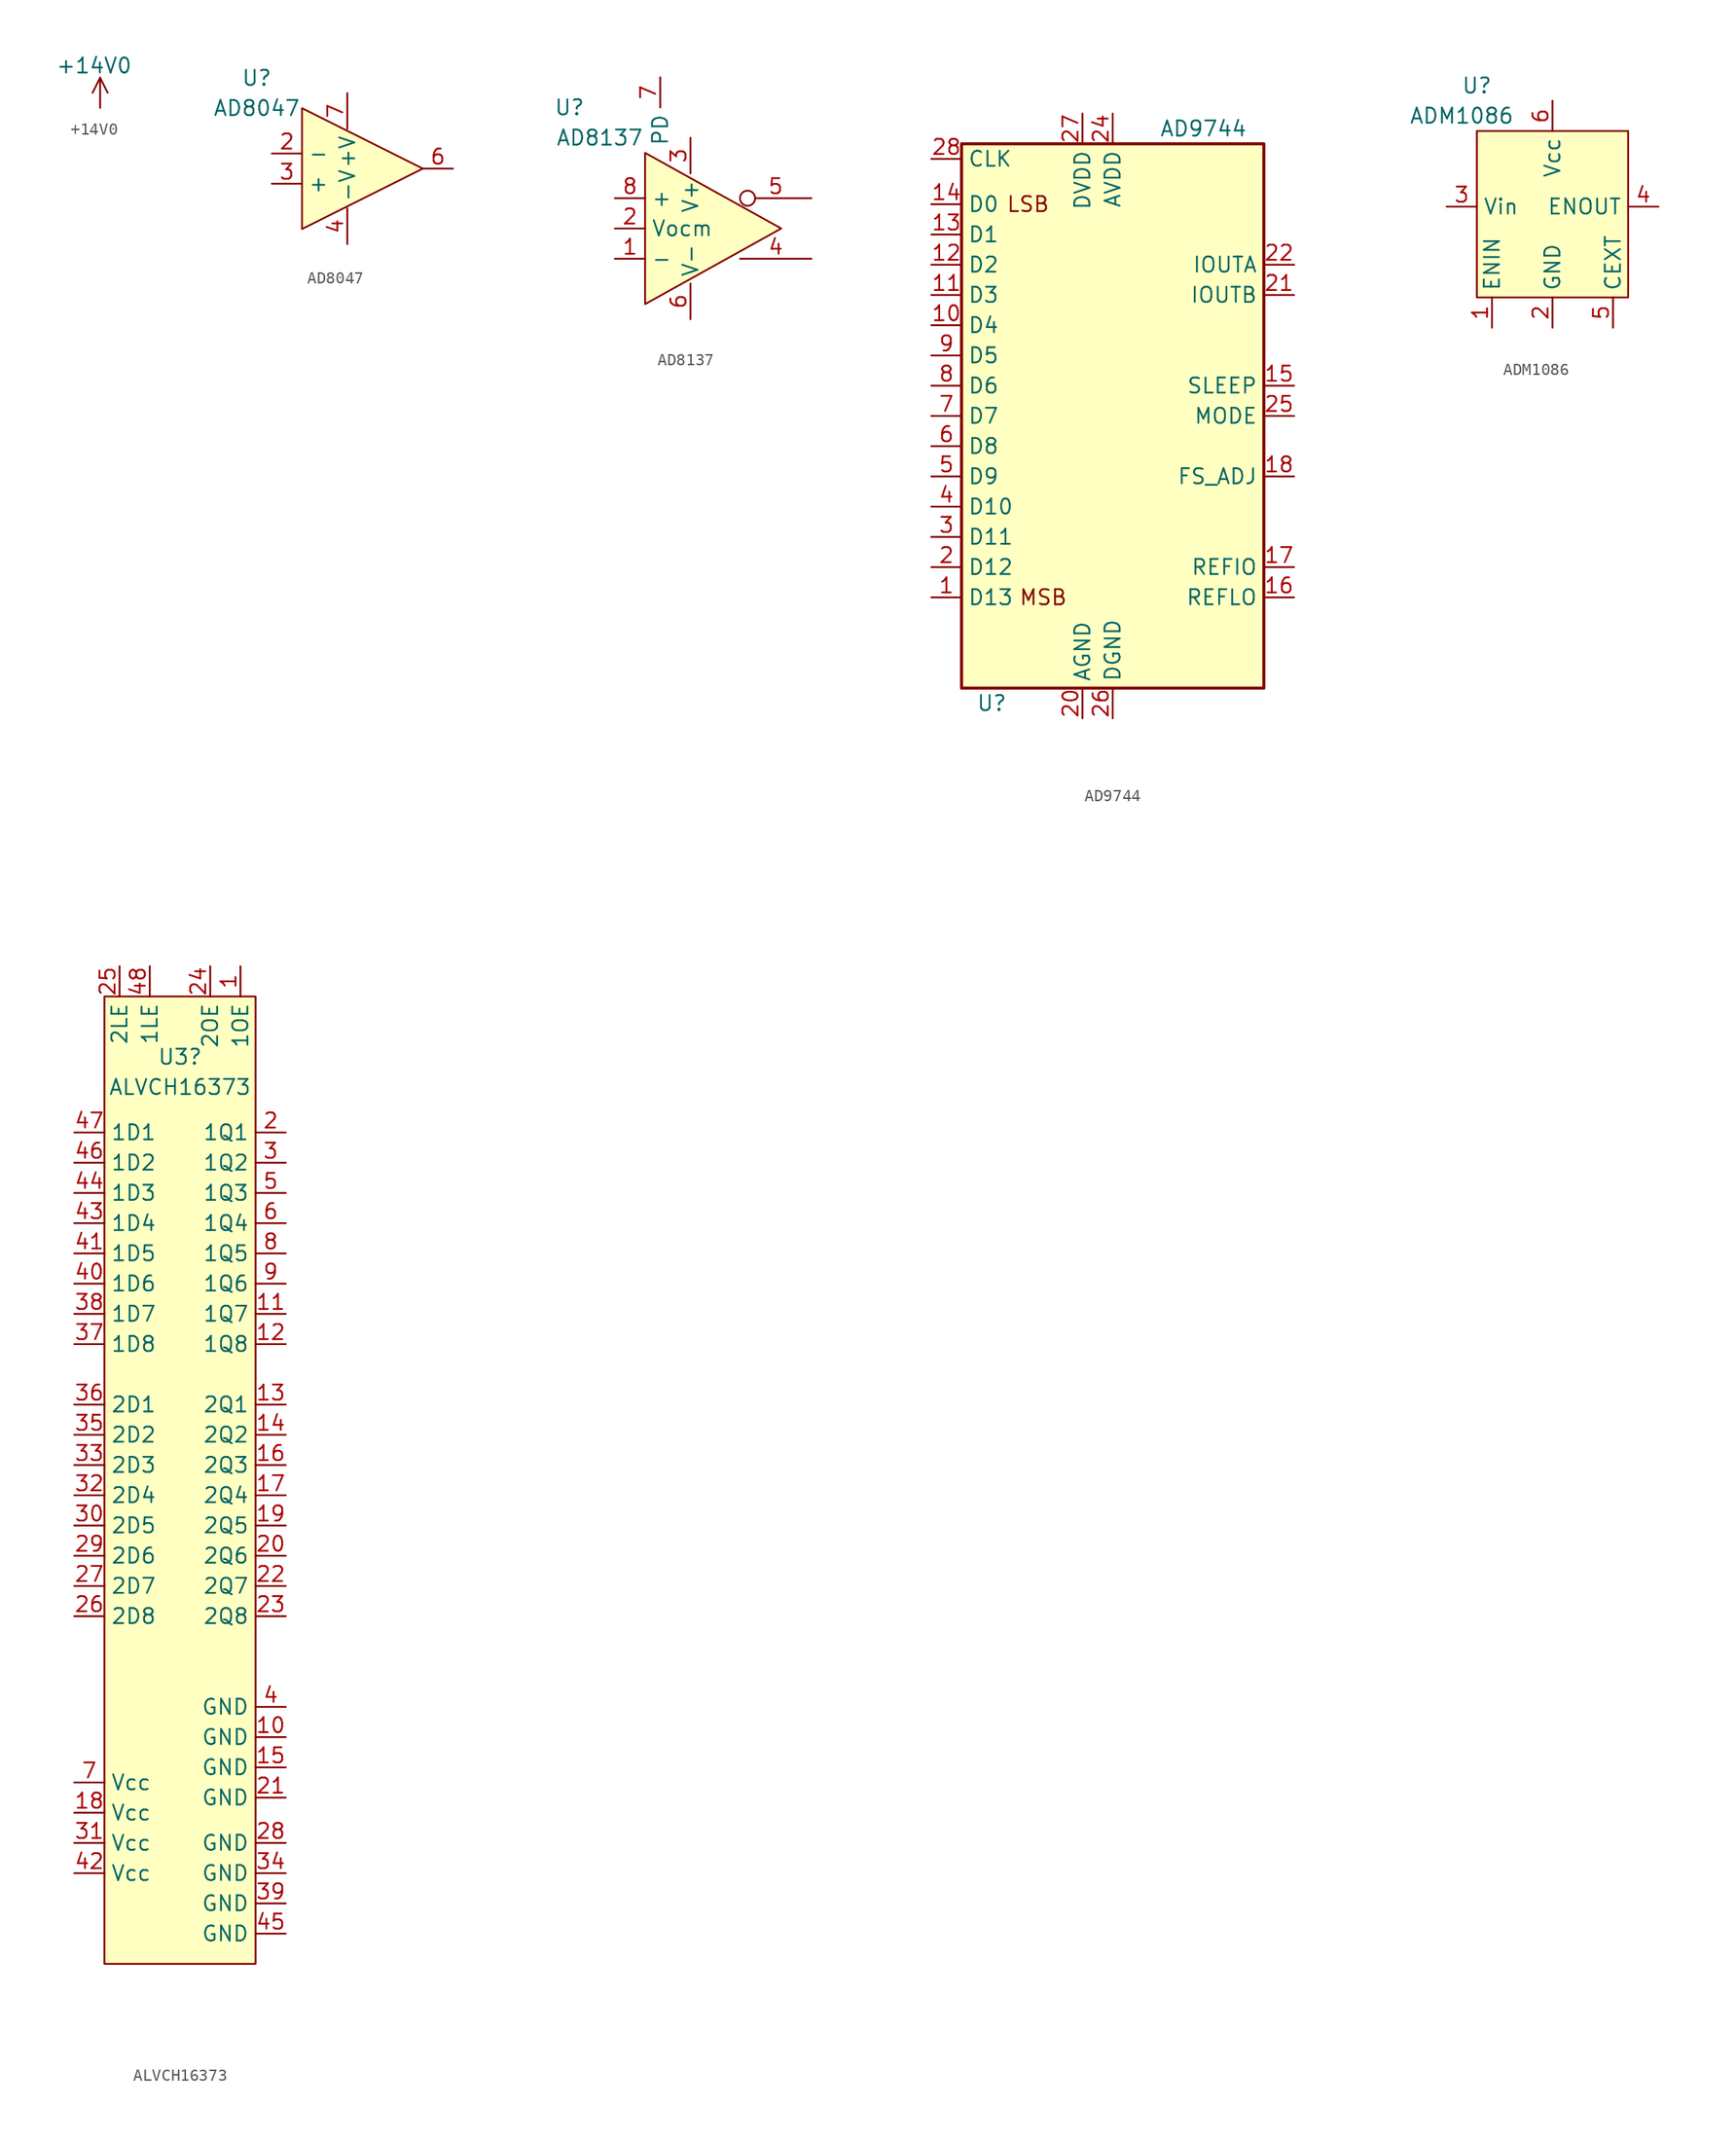
<source format=kicad_sym>
(kicad_symbol_lib
  (version 20220914)
  (generator kicad_symbol_editor)
  (symbol "+14V0"
    (power)
    (property "Reference" "#PWR"
      (at -0.254 -3.81 0)
      (effects (font (size 1.27 1.27)) hide))
    (property "Value" "+14V0"
      (at -0.508 3.556 0)
      (do_not_autoplace)
      (effects (font (size 1.27 1.27))))
    (symbol "+14V0_0_1"
      (polyline (pts (xy 0 2.54) (xy 0.635 1.27)) (stroke (width 0) (type default)) (fill (type none)))
      (polyline (pts (xy 0 0) (xy 0 2.54) (xy -0.635 1.27)) (stroke (width 0) (type default)) (fill (type none))))
    (symbol "+14V0_1_0"
      (pin power_in line (at 0 0 90) (length 2.54) hide (name "+14V0" (effects (font (size 1.27 1.27)))) (number "1" (effects (font (size 1.27 1.27)))))))
  (symbol "AD8047"
    (property "Reference" "U"
      (at -7.62 7.62 0)
      (effects (font (size 1.27 1.27))))
    (property "Value" "AD8047"
      (at -7.62 5.08 0)
      (effects (font (size 1.27 1.27))))
    (symbol "AD8047_1_0"
      (pin input line (at -6.35 1.27 0) (length 2.54) (name "-" (effects (font (size 1.27 1.27)))) (number "2" (effects (font (size 1.27 1.27)))))
      (pin input line (at -6.35 -1.27 0) (length 2.54) (name "+" (effects (font (size 1.27 1.27)))) (number "3" (effects (font (size 1.27 1.27)))))
      (pin power_in line (at 0 -6.35 90) (length 3) (name "-V" (effects (font (size 1.27 1.27)))) (number "4" (effects (font (size 1.27 1.27)))))
      (pin output line (at 8.89 0 180) (length 2.54) (name "" (effects (font (size 1.27 1.27)))) (number "6" (effects (font (size 1.27 1.27)))))
      (pin power_in line (at 0 6.35 270) (length 3) (name "+V" (effects (font (size 1.27 1.27)))) (number "7" (effects (font (size 1.27 1.27))))))
    (symbol "AD8047_1_1"
      (polyline (pts (xy -3.81 5.08) (xy -3.81 -5.08) (xy 6.35 0) (xy -3.81 5.08)) (stroke (width 0) (type default)) (fill (type background)))))
  (symbol "AD8137"
    (property "Reference" "U"
      (at -22.86 10.16 0)
      (effects (font (size 1.27 1.27))))
    (property "Value" "AD8137"
      (at -20.32 7.62 0)
      (effects (font (size 1.27 1.27))))
    (symbol "AD8137_1_0"
      (pin input line (at -19.05 -2.54 0) (length 2.54) (name "-" (effects (font (size 1.27 1.27)))) (number "1" (effects (font (size 1.27 1.27)))))
      (pin input line (at -19.05 0 0) (length 2.54) (name "Vocm" (effects (font (size 1.27 1.27)))) (number "2" (effects (font (size 1.27 1.27)))))
      (pin power_in line (at -12.7 7.62 270) (length 3) (name "V+" (effects (font (size 1.27 1.27)))) (number "3" (effects (font (size 1.27 1.27)))))
      (pin output line (at -2.54 -2.54 180) (length 6) (name "" (effects (font (size 1.27 1.27)))) (number "4" (effects (font (size 1.27 1.27)))))
      (pin output inverted (at -2.54 2.54 180) (length 6) (name "" (effects (font (size 1.27 1.27)))) (number "5" (effects (font (size 1.27 1.27)))))
      (pin power_in line (at -12.7 -7.62 90) (length 3) (name "V-" (effects (font (size 1.27 1.27)))) (number "6" (effects (font (size 1.27 1.27)))))
      (pin input line (at -15.24 12.7 270) (length 2.54) (name "PD" (effects (font (size 1.27 1.27)))) (number "7" (effects (font (size 1.27 1.27)))))
      (pin input line (at -19.05 2.54 0) (length 2.54) (name "+" (effects (font (size 1.27 1.27)))) (number "8" (effects (font (size 1.27 1.27))))))
    (symbol "AD8137_1_1"
      (polyline (pts (xy -16.51 6.35) (xy -16.51 -6.35) (xy -5.08 0) (xy -16.51 6.35)) (stroke (width 0) (type default)) (fill (type background)))))
  (symbol "AD9744"
    (property "Reference" "U"
      (at -10.16 -24.13 0)
      (effects (font (size 1.27 1.27))))
    (property "Value" "AD9744"
      (at 7.62 24.13 0)
      (effects (font (size 1.27 1.27))))
    (symbol "AD9744_0_1"
      (rectangle (start 12.7 22.86) (end -12.7 -22.86) (stroke (width 0.254) (type default)) (fill (type background))))
    (symbol "AD9744_1_1"
      (text "LSB" (at -7.112 17.78 0) (effects (font (size 1.27 1.27))))
      (text "MSB" (at -5.842 -15.24 0) (effects (font (size 1.27 1.27))))
      (pin input line (at -15.24 -15.24 0) (length 2.54) (name "D13" (effects (font (size 1.27 1.27)))) (number "1" (effects (font (size 1.27 1.27)))))
      (pin input line (at -15.24 7.62 0) (length 2.54) (name "D4" (effects (font (size 1.27 1.27)))) (number "10" (effects (font (size 1.27 1.27)))))
      (pin input line (at -15.24 10.16 0) (length 2.54) (name "D3" (effects (font (size 1.27 1.27)))) (number "11" (effects (font (size 1.27 1.27)))))
      (pin input line (at -15.24 12.7 0) (length 2.54) (name "D2" (effects (font (size 1.27 1.27)))) (number "12" (effects (font (size 1.27 1.27)))))
      (pin input line (at -15.24 15.24 0) (length 2.54) (name "D1" (effects (font (size 1.27 1.27)))) (number "13" (effects (font (size 1.27 1.27)))))
      (pin input line (at -15.24 17.78 0) (length 2.54) (name "D0" (effects (font (size 1.27 1.27)))) (number "14" (effects (font (size 1.27 1.27)))))
      (pin input line (at 15.24 2.54 180) (length 2.54) (name "SLEEP" (effects (font (size 1.27 1.27)))) (number "15" (effects (font (size 1.27 1.27)))))
      (pin input line (at 15.24 -15.24 180) (length 2.54) (name "REFLO" (effects (font (size 1.27 1.27)))) (number "16" (effects (font (size 1.27 1.27)))))
      (pin input line (at 15.24 -12.7 180) (length 2.54) (name "REFIO" (effects (font (size 1.27 1.27)))) (number "17" (effects (font (size 1.27 1.27)))))
      (pin input line (at 15.24 -5.08 180) (length 2.54) (name "FS_ADJ" (effects (font (size 1.27 1.27)))) (number "18" (effects (font (size 1.27 1.27)))))
      (pin input line (at -15.24 -12.7 0) (length 2.54) (name "D12" (effects (font (size 1.27 1.27)))) (number "2" (effects (font (size 1.27 1.27)))))
      (pin power_in line (at -2.54 -25.4 90) (length 2.54) (name "AGND" (effects (font (size 1.27 1.27)))) (number "20" (effects (font (size 1.27 1.27)))))
      (pin output line (at 15.24 10.16 180) (length 2.54) (name "IOUTB" (effects (font (size 1.27 1.27)))) (number "21" (effects (font (size 1.27 1.27)))))
      (pin output line (at 15.24 12.7 180) (length 2.54) (name "IOUTA" (effects (font (size 1.27 1.27)))) (number "22" (effects (font (size 1.27 1.27)))))
      (pin power_in line (at 0 25.4 270) (length 2.54) (name "AVDD" (effects (font (size 1.27 1.27)))) (number "24" (effects (font (size 1.27 1.27)))))
      (pin input line (at 15.24 0 180) (length 2.54) (name "MODE" (effects (font (size 1.27 1.27)))) (number "25" (effects (font (size 1.27 1.27)))))
      (pin power_in line (at 0 -25.4 90) (length 2.54) (name "DGND" (effects (font (size 1.27 1.27)))) (number "26" (effects (font (size 1.27 1.27)))))
      (pin power_in line (at -2.54 25.4 270) (length 2.54) (name "DVDD" (effects (font (size 1.27 1.27)))) (number "27" (effects (font (size 1.27 1.27)))))
      (pin input line (at -15.24 21.59 0) (length 2.54) (name "CLK" (effects (font (size 1.27 1.27)))) (number "28" (effects (font (size 1.27 1.27)))))
      (pin input line (at -15.24 -10.16 0) (length 2.54) (name "D11" (effects (font (size 1.27 1.27)))) (number "3" (effects (font (size 1.27 1.27)))))
      (pin input line (at -15.24 -7.62 0) (length 2.54) (name "D10" (effects (font (size 1.27 1.27)))) (number "4" (effects (font (size 1.27 1.27)))))
      (pin input line (at -15.24 -5.08 0) (length 2.54) (name "D9" (effects (font (size 1.27 1.27)))) (number "5" (effects (font (size 1.27 1.27)))))
      (pin input line (at -15.24 -2.54 0) (length 2.54) (name "D8" (effects (font (size 1.27 1.27)))) (number "6" (effects (font (size 1.27 1.27)))))
      (pin input line (at -15.24 0 0) (length 2.54) (name "D7" (effects (font (size 1.27 1.27)))) (number "7" (effects (font (size 1.27 1.27)))))
      (pin input line (at -15.24 2.54 0) (length 2.54) (name "D6" (effects (font (size 1.27 1.27)))) (number "8" (effects (font (size 1.27 1.27)))))
      (pin input line (at -15.24 5.08 0) (length 2.54) (name "D5" (effects (font (size 1.27 1.27)))) (number "9" (effects (font (size 1.27 1.27)))))))
  (symbol "ADM1086"
    (property "Reference" "U"
      (at -6.35 7.62 0)
      (effects (font (size 1.27 1.27))))
    (property "Value" "ADM1086"
      (at -7.62 5.08 0)
      (effects (font (size 1.27 1.27))))
    (symbol "ADM1086_0_0"
      (pin input line (at -5.08 -12.7 90) (length 2.54) (name "ENIN" (effects (font (size 1.27 1.27)))) (number "1" (effects (font (size 1.27 1.27)))))
      (pin power_in line (at 0 -12.7 90) (length 2.54) (name "GND" (effects (font (size 1.27 1.27)))) (number "2" (effects (font (size 1.27 1.27)))))
      (pin input line (at -8.89 -2.54 0) (length 2.54) (name "Vin" (effects (font (size 1.27 1.27)))) (number "3" (effects (font (size 1.27 1.27)))))
      (pin output line (at 8.89 -2.54 180) (length 2.54) (name "ENOUT" (effects (font (size 1.27 1.27)))) (number "4" (effects (font (size 1.27 1.27)))))
      (pin passive line (at 5.08 -12.7 90) (length 2.54) (name "CEXT" (effects (font (size 1.27 1.27)))) (number "5" (effects (font (size 1.27 1.27)))))
      (pin power_in line (at 0 6.35 270) (length 2.54) (name "Vcc" (effects (font (size 1.27 1.27)))) (number "6" (effects (font (size 1.27 1.27))))))
    (symbol "ADM1086_1_1"
      (rectangle (start -6.35 3.81) (end 6.35 -10.16) (stroke (width 0) (type default)) (fill (type background)))))
  (symbol "ALVCH16373"
    (property "Reference" "U3"
      (at 0 34.29 0)
      (effects (font (size 1.27 1.27))))
    (property "Value" "ALVCH16373"
      (at 0 31.75 0)
      (effects (font (size 1.27 1.27))))
    (symbol "ALVCH16373_0_0"
      (pin input line (at 5.08 41.91 270) (length 2.54) (name "1OE" (effects (font (size 1.27 1.27)))) (number "1" (effects (font (size 1.27 1.27)))))
      (pin power_in line (at 8.89 -22.86 180) (length 2.54) (name "GND" (effects (font (size 1.27 1.27)))) (number "10" (effects (font (size 1.27 1.27)))))
      (pin output line (at 8.89 12.7 180) (length 2.54) (name "1Q7" (effects (font (size 1.27 1.27)))) (number "11" (effects (font (size 1.27 1.27)))))
      (pin output line (at 8.89 10.16 180) (length 2.54) (name "1Q8" (effects (font (size 1.27 1.27)))) (number "12" (effects (font (size 1.27 1.27)))))
      (pin output line (at 8.89 5.08 180) (length 2.54) (name "2Q1" (effects (font (size 1.27 1.27)))) (number "13" (effects (font (size 1.27 1.27)))))
      (pin output line (at 8.89 2.54 180) (length 2.54) (name "2Q2" (effects (font (size 1.27 1.27)))) (number "14" (effects (font (size 1.27 1.27)))))
      (pin power_in line (at 8.89 -25.4 180) (length 2.54) (name "GND" (effects (font (size 1.27 1.27)))) (number "15" (effects (font (size 1.27 1.27)))))
      (pin output line (at 8.89 0 180) (length 2.54) (name "2Q3" (effects (font (size 1.27 1.27)))) (number "16" (effects (font (size 1.27 1.27)))))
      (pin output line (at 8.89 -2.54 180) (length 2.54) (name "2Q4" (effects (font (size 1.27 1.27)))) (number "17" (effects (font (size 1.27 1.27)))))
      (pin power_in line (at -8.89 -29.21 0) (length 2.54) (name "Vcc" (effects (font (size 1.27 1.27)))) (number "18" (effects (font (size 1.27 1.27)))))
      (pin output line (at 8.89 -5.08 180) (length 2.54) (name "2Q5" (effects (font (size 1.27 1.27)))) (number "19" (effects (font (size 1.27 1.27)))))
      (pin output line (at 8.89 27.94 180) (length 2.54) (name "1Q1" (effects (font (size 1.27 1.27)))) (number "2" (effects (font (size 1.27 1.27)))))
      (pin output line (at 8.89 -7.62 180) (length 2.54) (name "2Q6" (effects (font (size 1.27 1.27)))) (number "20" (effects (font (size 1.27 1.27)))))
      (pin power_in line (at 8.89 -27.94 180) (length 2.54) (name "GND" (effects (font (size 1.27 1.27)))) (number "21" (effects (font (size 1.27 1.27)))))
      (pin output line (at 8.89 -10.16 180) (length 2.54) (name "2Q7" (effects (font (size 1.27 1.27)))) (number "22" (effects (font (size 1.27 1.27)))))
      (pin output line (at 8.89 -12.7 180) (length 2.54) (name "2Q8" (effects (font (size 1.27 1.27)))) (number "23" (effects (font (size 1.27 1.27)))))
      (pin input line (at 2.54 41.91 270) (length 2.54) (name "2OE" (effects (font (size 1.27 1.27)))) (number "24" (effects (font (size 1.27 1.27)))))
      (pin input line (at -8.89 -12.7 0) (length 2.54) (name "2D8" (effects (font (size 1.27 1.27)))) (number "26" (effects (font (size 1.27 1.27)))))
      (pin input line (at -8.89 -10.16 0) (length 2.54) (name "2D7" (effects (font (size 1.27 1.27)))) (number "27" (effects (font (size 1.27 1.27)))))
      (pin power_in line (at 8.89 -31.75 180) (length 2.54) (name "GND" (effects (font (size 1.27 1.27)))) (number "28" (effects (font (size 1.27 1.27)))))
      (pin input line (at -8.89 -7.62 0) (length 2.54) (name "2D6" (effects (font (size 1.27 1.27)))) (number "29" (effects (font (size 1.27 1.27)))))
      (pin output line (at 8.89 25.4 180) (length 2.54) (name "1Q2" (effects (font (size 1.27 1.27)))) (number "3" (effects (font (size 1.27 1.27)))))
      (pin input line (at -8.89 -5.08 0) (length 2.54) (name "2D5" (effects (font (size 1.27 1.27)))) (number "30" (effects (font (size 1.27 1.27)))))
      (pin power_in line (at -8.89 -31.75 0) (length 2.54) (name "Vcc" (effects (font (size 1.27 1.27)))) (number "31" (effects (font (size 1.27 1.27)))))
      (pin input line (at -8.89 -2.54 0) (length 2.54) (name "2D4" (effects (font (size 1.27 1.27)))) (number "32" (effects (font (size 1.27 1.27)))))
      (pin input line (at -8.89 0 0) (length 2.54) (name "2D3" (effects (font (size 1.27 1.27)))) (number "33" (effects (font (size 1.27 1.27)))))
      (pin power_in line (at 8.89 -34.29 180) (length 2.54) (name "GND" (effects (font (size 1.27 1.27)))) (number "34" (effects (font (size 1.27 1.27)))))
      (pin input line (at -8.89 2.54 0) (length 2.54) (name "2D2" (effects (font (size 1.27 1.27)))) (number "35" (effects (font (size 1.27 1.27)))))
      (pin input line (at -8.89 5.08 0) (length 2.54) (name "2D1" (effects (font (size 1.27 1.27)))) (number "36" (effects (font (size 1.27 1.27)))))
      (pin input line (at -8.89 10.16 0) (length 2.54) (name "1D8" (effects (font (size 1.27 1.27)))) (number "37" (effects (font (size 1.27 1.27)))))
      (pin input line (at -8.89 12.7 0) (length 2.54) (name "1D7" (effects (font (size 1.27 1.27)))) (number "38" (effects (font (size 1.27 1.27)))))
      (pin power_in line (at 8.89 -36.83 180) (length 2.54) (name "GND" (effects (font (size 1.27 1.27)))) (number "39" (effects (font (size 1.27 1.27)))))
      (pin power_in line (at 8.89 -20.32 180) (length 2.54) (name "GND" (effects (font (size 1.27 1.27)))) (number "4" (effects (font (size 1.27 1.27)))))
      (pin input line (at -8.89 15.24 0) (length 2.54) (name "1D6" (effects (font (size 1.27 1.27)))) (number "40" (effects (font (size 1.27 1.27)))))
      (pin input line (at -8.89 17.78 0) (length 2.54) (name "1D5" (effects (font (size 1.27 1.27)))) (number "41" (effects (font (size 1.27 1.27)))))
      (pin power_in line (at -8.89 -34.29 0) (length 2.54) (name "Vcc" (effects (font (size 1.27 1.27)))) (number "42" (effects (font (size 1.27 1.27)))))
      (pin input line (at -8.89 20.32 0) (length 2.54) (name "1D4" (effects (font (size 1.27 1.27)))) (number "43" (effects (font (size 1.27 1.27)))))
      (pin input line (at -8.89 22.86 0) (length 2.54) (name "1D3" (effects (font (size 1.27 1.27)))) (number "44" (effects (font (size 1.27 1.27)))))
      (pin power_in line (at 8.89 -39.37 180) (length 2.54) (name "GND" (effects (font (size 1.27 1.27)))) (number "45" (effects (font (size 1.27 1.27)))))
      (pin input line (at -8.89 25.4 0) (length 2.54) (name "1D2" (effects (font (size 1.27 1.27)))) (number "46" (effects (font (size 1.27 1.27)))))
      (pin input line (at -8.89 27.94 0) (length 2.54) (name "1D1" (effects (font (size 1.27 1.27)))) (number "47" (effects (font (size 1.27 1.27)))))
      (pin output line (at 8.89 22.86 180) (length 2.54) (name "1Q3" (effects (font (size 1.27 1.27)))) (number "5" (effects (font (size 1.27 1.27)))))
      (pin output line (at 8.89 20.32 180) (length 2.54) (name "1Q4" (effects (font (size 1.27 1.27)))) (number "6" (effects (font (size 1.27 1.27)))))
      (pin power_in line (at -8.89 -26.67 0) (length 2.54) (name "Vcc" (effects (font (size 1.27 1.27)))) (number "7" (effects (font (size 1.27 1.27)))))
      (pin output line (at 8.89 17.78 180) (length 2.54) (name "1Q5" (effects (font (size 1.27 1.27)))) (number "8" (effects (font (size 1.27 1.27)))))
      (pin output line (at 8.89 15.24 180) (length 2.54) (name "1Q6" (effects (font (size 1.27 1.27)))) (number "9" (effects (font (size 1.27 1.27))))))
    (symbol "ALVCH16373_1_0"
      (pin input line (at -5.08 41.91 270) (length 2.54) (name "2LE" (effects (font (size 1.27 1.27)))) (number "25" (effects (font (size 1.27 1.27)))))
      (pin input line (at -2.54 41.91 270) (length 2.54) (name "1LE" (effects (font (size 1.27 1.27)))) (number "48" (effects (font (size 1.27 1.27))))))
    (symbol "ALVCH16373_1_1"
      (rectangle (start -6.35 -41.91) (end 6.35 39.37) (stroke (width 0) (type default)) (fill (type background))))))
</source>
